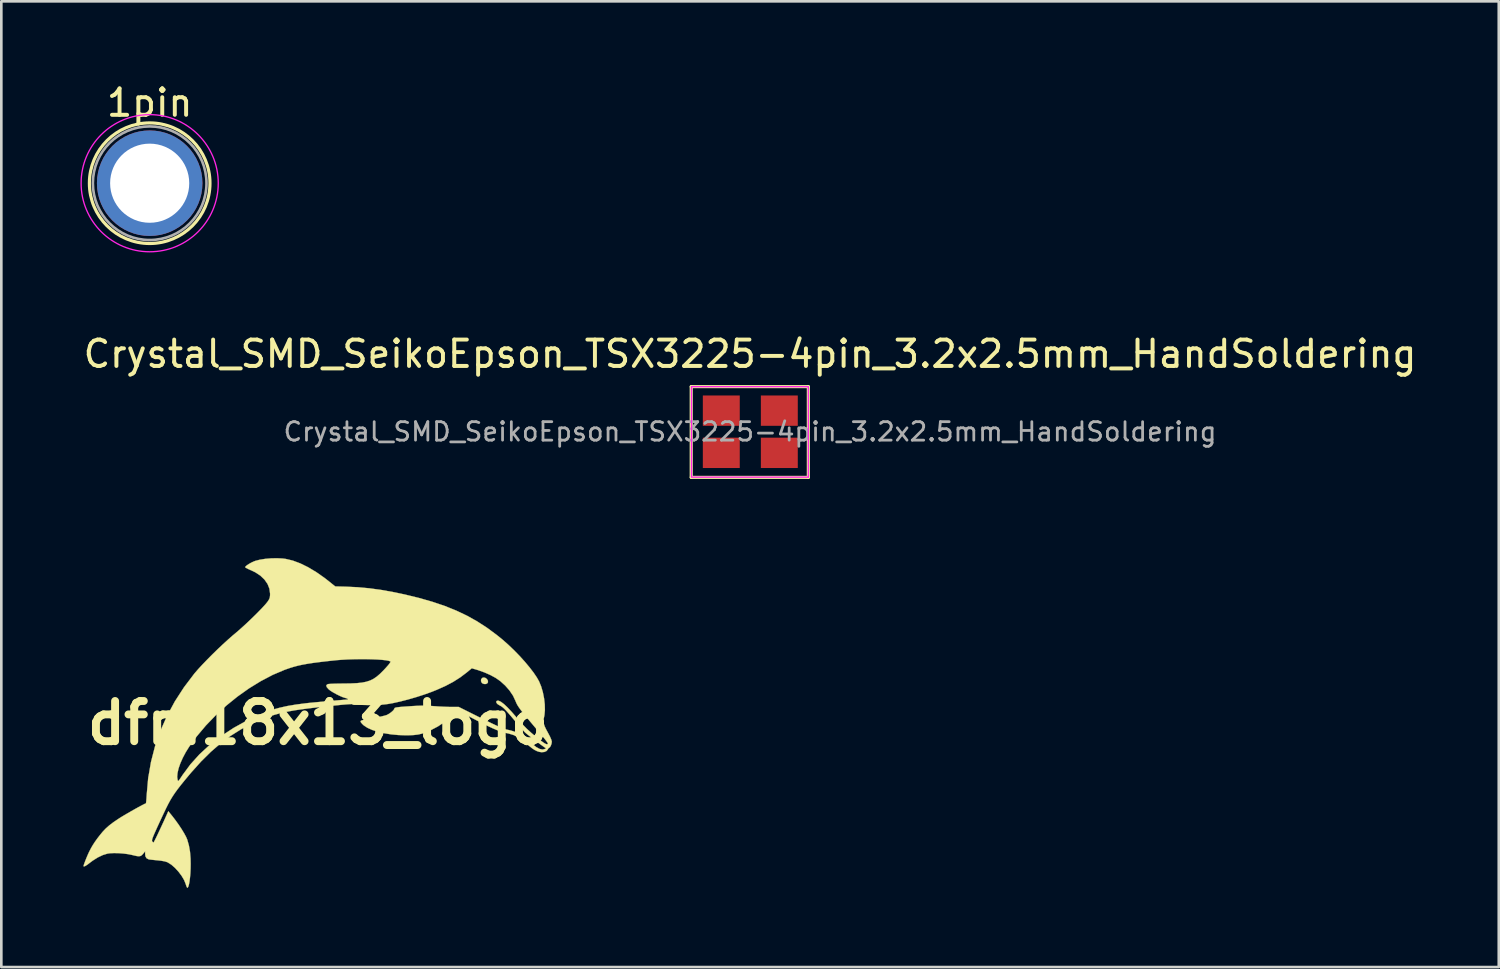
<source format=kicad_pcb>
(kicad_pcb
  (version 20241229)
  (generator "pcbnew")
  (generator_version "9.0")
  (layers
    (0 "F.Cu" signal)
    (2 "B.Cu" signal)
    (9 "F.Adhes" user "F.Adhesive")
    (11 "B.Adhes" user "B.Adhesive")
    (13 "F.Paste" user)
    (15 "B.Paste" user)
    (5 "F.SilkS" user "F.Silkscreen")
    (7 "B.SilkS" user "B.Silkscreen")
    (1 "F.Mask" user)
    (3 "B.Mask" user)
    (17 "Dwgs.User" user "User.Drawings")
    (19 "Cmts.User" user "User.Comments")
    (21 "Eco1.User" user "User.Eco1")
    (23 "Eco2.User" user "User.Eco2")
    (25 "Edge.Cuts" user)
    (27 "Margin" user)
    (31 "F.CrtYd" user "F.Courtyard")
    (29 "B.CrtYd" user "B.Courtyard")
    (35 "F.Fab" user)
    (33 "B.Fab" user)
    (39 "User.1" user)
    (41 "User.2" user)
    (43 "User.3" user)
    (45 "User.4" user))
  (footprint "1pin"
    (layer "F.Cu")
    (at 2.625 3.896)
    (property "Reference" "1pin" (at 0 -3.048 0) (layer "F.SilkS") (effects (font (size 1 1) (thickness 0.15))))
    (attr through_hole)
    (fp_circle (center 0 0) (end 0 -2.286) (stroke (width 0.12) (type solid)) (fill no) (layer "F.SilkS"))
    (fp_circle (center 0 0) (end 2.6 0) (stroke (width 0.05) (type solid)) (fill no) (layer "F.CrtYd"))
    (fp_circle (center 0 0) (end 2 0.8) (stroke (width 0.1) (type solid)) (fill no) (layer "F.Fab"))
    (pad "" thru_hole circle (at 0 0) (size 4 4) (drill 3) (layers "*.Cu" "*.Mask")))
  (footprint "Crystal_SMD_SeikoEpson_TSX3225-4pin_3.2x2.5mm_HandSoldering"
    (layer "F.Cu")
    (at 25.387 13.319)
    (property "Reference" "Crystal_SMD_SeikoEpson_TSX3225-4pin_3.2x2.5mm_HandSoldering" (at 0 -2.95 0) (layer "F.SilkS") (effects (font (size 1 1) (thickness 0.15))))
    (attr smd)
    (fp_line (start -2.23 -1.71) (end -2.23 1.73) (stroke (width 0.12) (type solid)) (layer "F.SilkS"))
    (fp_line (start -2.23 -1.71) (end 2.21 -1.71) (stroke (width 0.12) (type solid)) (layer "F.SilkS"))
    (fp_line (start -2.23 1.73) (end 2.21 1.73) (stroke (width 0.12) (type solid)) (layer "F.SilkS"))
    (fp_line (start 2.21 -1.71) (end 2.21 1.73) (stroke (width 0.12) (type solid)) (layer "F.SilkS"))
    (fp_line (start -2.22 -1.71) (end -2.22 1.72) (stroke (width 0.05) (type solid)) (layer "F.CrtYd"))
    (fp_line (start -2.2 1.72) (end 2.21 1.72) (stroke (width 0.05) (type solid)) (layer "F.CrtYd"))
    (fp_line (start 2.2 -1.71) (end -2.22 -1.71) (stroke (width 0.05) (type solid)) (layer "F.CrtYd"))
    (fp_line (start 2.21 1.72) (end 2.21 -1.7) (stroke (width 0.05) (type solid)) (layer "F.CrtYd"))
    (fp_text user "${REFERENCE}" (at 0 0 0) (layer "F.Fab") (effects (font (size 0.7 0.7) (thickness 0.105))))
    (pad "1" smd rect (at -1.09 0.8) (size 1.4 1.15) (layers "F.Cu" "F.Mask" "F.Paste"))
    (pad "2" smd rect (at 1.11 0.8) (size 1.4 1.15) (layers "F.Cu" "F.Mask" "F.Paste"))
    (pad "3" smd rect (at 1.11 -0.8) (size 1.4 1.15) (layers "F.Cu" "F.Mask" "F.Paste"))
    (pad "4" smd rect (at -1.09 -0.8) (size 1.4 1.15) (layers "F.Cu" "F.Mask" "F.Paste")))
  (footprint "dfm18x13_logo"
    (layer "F.Cu")
    (at 9.006 24.362)
    (property "Reference" "dfm18x13_logo" (at 0 0 0) (layer "F.SilkS") (effects (font (size 1.524 1.524) (thickness 0.3))))
    (attr through_hole)
    (fp_poly (pts (xy 6.355 -1.707) (xy 6.409 -1.662) (xy 6.443 -1.604) (xy 6.444 -1.544) (xy 6.427 -1.513) (xy 6.371 -1.479) (xy 6.297 -1.478) (xy 6.229 -1.507) (xy 6.212 -1.522) (xy 6.18 -1.588) (xy 6.185 -1.658) (xy 6.228 -1.711) (xy 6.228 -1.711) (xy 6.291 -1.726) (xy 6.355 -1.707)) (stroke (width 0.01) (type solid)) (fill yes) (layer "F.SilkS"))
    (fp_poly (pts (xy -1.335 -6.236) (xy -1.221 -6.221) (xy -0.956 -6.158) (xy -0.672 -6.052) (xy -0.374 -5.906) (xy -0.065 -5.721) (xy 0.25 -5.5) (xy 0.424 -5.364) (xy 0.653 -5.179) (xy 1.057 -5.169) (xy 1.505 -5.148) (xy 1.954 -5.107) (xy 2.414 -5.043) (xy 2.897 -4.956) (xy 3.289 -4.873) (xy 3.839 -4.739) (xy 4.344 -4.594) (xy 4.811 -4.436) (xy 5.245 -4.261) (xy 5.653 -4.067) (xy 6.039 -3.851) (xy 6.411 -3.61) (xy 6.773 -3.342) (xy 6.998 -3.16) (xy 7.215 -2.968) (xy 7.432 -2.761) (xy 7.642 -2.545) (xy 7.84 -2.326) (xy 8.019 -2.112) (xy 8.175 -1.909) (xy 8.3 -1.724) (xy 8.382 -1.578) (xy 8.461 -1.387) (xy 8.525 -1.17) (xy 8.571 -0.939) (xy 8.598 -0.708) (xy 8.603 -0.49) (xy 8.586 -0.299) (xy 8.575 -0.245) (xy 8.555 -0.143) (xy 8.55 -0.054) (xy 8.563 0.033) (xy 8.596 0.13) (xy 8.652 0.247) (xy 8.727 0.385) (xy 8.796 0.516) (xy 8.842 0.622) (xy 8.864 0.697) (xy 8.865 0.71) (xy 8.855 0.781) (xy 8.83 0.854) (xy 8.797 0.913) (xy 8.765 0.939) (xy 8.762 0.94) (xy 8.735 0.961) (xy 8.713 1.001) (xy 8.665 1.061) (xy 8.582 1.098) (xy 8.476 1.107) (xy 8.391 1.094) (xy 8.303 1.066) (xy 8.216 1.023) (xy 8.121 0.96) (xy 8.009 0.871) (xy 7.89 0.767) (xy 7.724 0.629) (xy 7.57 0.528) (xy 7.412 0.454) (xy 7.237 0.401) (xy 7.159 0.384) (xy 7.044 0.357) (xy 6.92 0.319) (xy 6.782 0.267) (xy 6.624 0.2) (xy 6.442 0.115) (xy 6.229 0.009) (xy 5.98 -0.119) (xy 5.838 -0.193) (xy 5.692 -0.27) (xy 5.56 -0.338) (xy 5.45 -0.394) (xy 5.367 -0.434) (xy 5.32 -0.455) (xy 5.311 -0.457) (xy 5.282 -0.441) (xy 5.225 -0.397) (xy 5.149 -0.332) (xy 5.077 -0.267) (xy 4.819 -0.051) (xy 4.549 0.128) (xy 4.279 0.27) (xy 4.107 0.346) (xy 3.95 0.401) (xy 3.794 0.437) (xy 3.623 0.457) (xy 3.424 0.465) (xy 3.34 0.466) (xy 3.05 0.456) (xy 2.77 0.43) (xy 2.506 0.387) (xy 2.265 0.331) (xy 2.052 0.261) (xy 1.874 0.181) (xy 1.736 0.091) (xy 1.675 0.033) (xy 1.628 -0.024) (xy 1.613 -0.058) (xy 1.624 -0.081) (xy 1.634 -0.089) (xy 1.672 -0.103) (xy 1.751 -0.123) (xy 1.861 -0.146) (xy 1.993 -0.171) (xy 2.087 -0.187) (xy 2.236 -0.214) (xy 2.376 -0.243) (xy 2.496 -0.271) (xy 2.584 -0.296) (xy 2.615 -0.307) (xy 2.697 -0.352) (xy 2.778 -0.41) (xy 2.846 -0.47) (xy 2.888 -0.523) (xy 2.896 -0.548) (xy 2.901 -0.564) (xy 2.922 -0.577) (xy 2.963 -0.589) (xy 3.031 -0.599) (xy 3.13 -0.61) (xy 3.267 -0.621) (xy 3.447 -0.633) (xy 3.527 -0.639) (xy 3.74 -0.651) (xy 3.918 -0.657) (xy 4.078 -0.657) (xy 4.236 -0.651) (xy 4.388 -0.64) (xy 4.553 -0.628) (xy 4.73 -0.619) (xy 4.899 -0.612) (xy 5.04 -0.609) (xy 5.048 -0.609) (xy 5.334 -0.61) (xy 6.166 -0.194) (xy 6.404 -0.076) (xy 6.602 0.02) (xy 6.765 0.097) (xy 6.895 0.156) (xy 6.999 0.2) (xy 7.081 0.23) (xy 7.144 0.248) (xy 7.163 0.251) (xy 7.31 0.284) (xy 7.442 0.325) (xy 7.568 0.381) (xy 7.695 0.455) (xy 7.833 0.553) (xy 7.991 0.68) (xy 8.125 0.796) (xy 8.273 0.911) (xy 8.4 0.981) (xy 8.507 1.006) (xy 8.58 0.992) (xy 8.649 0.96) (xy 8.586 0.918) (xy 8.524 0.875) (xy 8.434 0.81) (xy 8.327 0.73) (xy 8.212 0.643) (xy 8.098 0.556) (xy 7.995 0.476) (xy 7.913 0.411) (xy 7.861 0.368) (xy 7.858 0.365) (xy 7.817 0.323) (xy 7.75 0.249) (xy 7.664 0.15) (xy 7.566 0.036) (xy 7.462 -0.088) (xy 7.461 -0.089) (xy 7.326 -0.25) (xy 7.217 -0.376) (xy 7.13 -0.473) (xy 7.058 -0.546) (xy 6.998 -0.599) (xy 6.943 -0.638) (xy 6.889 -0.668) (xy 6.871 -0.677) (xy 6.803 -0.721) (xy 6.764 -0.771) (xy 6.759 -0.816) (xy 6.789 -0.845) (xy 6.852 -0.844) (xy 6.939 -0.802) (xy 7.051 -0.717) (xy 7.186 -0.59) (xy 7.346 -0.42) (xy 7.532 -0.206) (xy 7.577 -0.152) (xy 7.751 0.047) (xy 7.918 0.22) (xy 8.096 0.381) (xy 8.18 0.452) (xy 8.331 0.575) (xy 8.449 0.669) (xy 8.539 0.735) (xy 8.606 0.778) (xy 8.653 0.801) (xy 8.687 0.806) (xy 8.702 0.803) (xy 8.714 0.796) (xy 8.717 0.783) (xy 8.71 0.762) (xy 8.689 0.727) (xy 8.652 0.676) (xy 8.596 0.604) (xy 8.517 0.507) (xy 8.413 0.383) (xy 8.281 0.226) (xy 8.166 0.089) (xy 8.005 -0.103) (xy 7.873 -0.262) (xy 7.768 -0.392) (xy 7.685 -0.499) (xy 7.621 -0.587) (xy 7.572 -0.662) (xy 7.535 -0.728) (xy 7.507 -0.79) (xy 7.486 -0.842) (xy 7.394 -1.037) (xy 7.261 -1.234) (xy 7.097 -1.421) (xy 6.912 -1.588) (xy 6.736 -1.711) (xy 6.541 -1.817) (xy 6.318 -1.916) (xy 6.087 -1.999) (xy 6.021 -2.02) (xy 5.831 -2.075) (xy 5.636 -1.914) (xy 5.393 -1.73) (xy 5.127 -1.561) (xy 4.83 -1.404) (xy 4.493 -1.254) (xy 4.308 -1.18) (xy 4.029 -1.08) (xy 3.729 -0.983) (xy 3.422 -0.894) (xy 3.123 -0.817) (xy 2.845 -0.755) (xy 2.654 -0.721) (xy 2.486 -0.701) (xy 2.293 -0.687) (xy 2.089 -0.68) (xy 1.887 -0.68) (xy 1.703 -0.686) (xy 1.549 -0.7) (xy 1.501 -0.707) (xy 1.441 -0.715) (xy 1.373 -0.719) (xy 1.291 -0.719) (xy 1.186 -0.714) (xy 1.052 -0.704) (xy 0.881 -0.689) (xy 0.714 -0.672) (xy 0.317 -0.632) (xy -0.034 -0.593) (xy -0.345 -0.556) (xy -0.62 -0.52) (xy -0.864 -0.484) (xy -1.082 -0.446) (xy -1.28 -0.406) (xy -1.461 -0.363) (xy -1.632 -0.316) (xy -1.796 -0.265) (xy -1.959 -0.207) (xy -2.067 -0.167) (xy -2.499 0.019) (xy -2.91 0.234) (xy -3.305 0.482) (xy -3.687 0.767) (xy -4.062 1.092) (xy -4.433 1.459) (xy -4.805 1.874) (xy -4.887 1.971) (xy -5.059 2.178) (xy -5.202 2.355) (xy -5.323 2.51) (xy -5.425 2.651) (xy -5.515 2.786) (xy -5.598 2.923) (xy -5.678 3.071) (xy -5.761 3.237) (xy -5.853 3.429) (xy -5.901 3.531) (xy -6.007 3.76) (xy -6.093 3.947) (xy -6.161 4.098) (xy -6.213 4.216) (xy -6.251 4.306) (xy -6.275 4.372) (xy -6.289 4.42) (xy -6.293 4.453) (xy -6.29 4.476) (xy -6.283 4.491) (xy -6.251 4.524) (xy -6.235 4.53) (xy -6.219 4.506) (xy -6.186 4.443) (xy -6.137 4.345) (xy -6.077 4.221) (xy -6.008 4.074) (xy -5.933 3.913) (xy -5.854 3.743) (xy -5.776 3.57) (xy -5.719 3.443) (xy -5.675 3.343) (xy -5.532 3.519) (xy -5.405 3.684) (xy -5.282 3.855) (xy -5.17 4.024) (xy -5.075 4.181) (xy -5.001 4.318) (xy -4.955 4.425) (xy -4.955 4.427) (xy -4.893 4.648) (xy -4.852 4.882) (xy -4.831 5.142) (xy -4.827 5.339) (xy -4.83 5.529) (xy -4.839 5.711) (xy -4.854 5.876) (xy -4.873 6.019) (xy -4.895 6.133) (xy -4.92 6.211) (xy -4.947 6.247) (xy -4.953 6.248) (xy -4.971 6.226) (xy -4.995 6.168) (xy -5.016 6.102) (xy -5.076 5.954) (xy -5.169 5.796) (xy -5.287 5.639) (xy -5.419 5.494) (xy -5.557 5.373) (xy -5.691 5.288) (xy -5.712 5.277) (xy -5.81 5.246) (xy -5.949 5.221) (xy -6.093 5.205) (xy -6.21 5.194) (xy -6.313 5.183) (xy -6.389 5.174) (xy -6.418 5.169) (xy -6.498 5.129) (xy -6.543 5.055) (xy -6.553 4.971) (xy -6.553 4.865) (xy -6.631 4.96) (xy -6.679 5.011) (xy -6.726 5.041) (xy -6.785 5.052) (xy -6.866 5.045) (xy -6.979 5.02) (xy -7.051 5.002) (xy -7.2 4.972) (xy -7.373 4.949) (xy -7.555 4.935) (xy -7.731 4.931) (xy -7.885 4.938) (xy -7.982 4.952) (xy -8.158 5.006) (xy -8.348 5.096) (xy -8.538 5.216) (xy -8.644 5.295) (xy -8.745 5.372) (xy -8.823 5.421) (xy -8.872 5.439) (xy -8.89 5.424) (xy -8.88 5.385) (xy -8.855 5.312) (xy -8.819 5.216) (xy -8.776 5.108) (xy -8.731 5.002) (xy -8.689 4.909) (xy -8.668 4.866) (xy -8.601 4.737) (xy -8.536 4.625) (xy -8.463 4.513) (xy -8.374 4.388) (xy -8.289 4.277) (xy -8.171 4.131) (xy -8.052 4.005) (xy -7.921 3.888) (xy -7.766 3.769) (xy -7.578 3.641) (xy -7.49 3.584) (xy -7.378 3.516) (xy -7.249 3.44) (xy -7.112 3.361) (xy -6.973 3.282) (xy -6.841 3.208) (xy -6.722 3.144) (xy -6.625 3.093) (xy -6.557 3.059) (xy -6.525 3.048) (xy -6.519 3.024) (xy -6.511 2.959) (xy -6.503 2.862) (xy -6.495 2.741) (xy -6.493 2.711) (xy -6.438 2.089) (xy -6.43 2.046) (xy -5.339 2.046) (xy -5.321 2.163) (xy -5.318 2.171) (xy -5.309 2.191) (xy -5.299 2.198) (xy -5.282 2.185) (xy -5.253 2.148) (xy -5.206 2.08) (xy -5.137 1.976) (xy -5.132 1.968) (xy -4.835 1.567) (xy -4.493 1.188) (xy -4.106 0.831) (xy -3.674 0.497) (xy -3.197 0.185) (xy -2.677 -0.103) (xy -2.578 -0.152) (xy -2.287 -0.289) (xy -2.01 -0.404) (xy -1.736 -0.5) (xy -1.455 -0.579) (xy -1.157 -0.645) (xy -0.832 -0.7) (xy -0.47 -0.747) (xy -0.343 -0.761) (xy -0.25 -0.77) (xy -0.125 -0.782) (xy 0.024 -0.796) (xy 0.189 -0.811) (xy 0.361 -0.826) (xy 0.533 -0.841) (xy 0.696 -0.856) (xy 0.844 -0.868) (xy 0.967 -0.878) (xy 1.057 -0.886) (xy 1.107 -0.889) (xy 1.112 -0.889) (xy 1.139 -0.897) (xy 1.127 -0.915) (xy 1.086 -0.935) (xy 1.036 -0.95) (xy 0.947 -0.977) (xy 0.833 -1.026) (xy 0.706 -1.088) (xy 0.582 -1.156) (xy 0.476 -1.222) (xy 0.402 -1.28) (xy 0.399 -1.283) (xy 0.333 -1.36) (xy 0.314 -1.419) (xy 0.342 -1.459) (xy 0.381 -1.476) (xy 0.425 -1.481) (xy 0.511 -1.486) (xy 0.631 -1.491) (xy 0.774 -1.494) (xy 0.934 -1.496) (xy 0.965 -1.496) (xy 1.239 -1.5) (xy 1.47 -1.511) (xy 1.665 -1.531) (xy 1.831 -1.564) (xy 1.976 -1.611) (xy 2.107 -1.676) (xy 2.231 -1.761) (xy 2.356 -1.869) (xy 2.49 -2.003) (xy 2.567 -2.086) (xy 2.661 -2.192) (xy 2.72 -2.266) (xy 2.747 -2.313) (xy 2.745 -2.335) (xy 2.744 -2.336) (xy 2.68 -2.359) (xy 2.571 -2.379) (xy 2.425 -2.395) (xy 2.248 -2.408) (xy 2.047 -2.416) (xy 1.828 -2.421) (xy 1.598 -2.422) (xy 1.363 -2.418) (xy 1.131 -2.411) (xy 0.907 -2.398) (xy 0.698 -2.382) (xy 0.648 -2.376) (xy 0.327 -2.342) (xy 0.05 -2.309) (xy -0.188 -2.278) (xy -0.396 -2.246) (xy -0.579 -2.213) (xy -0.743 -2.178) (xy -0.896 -2.138) (xy -1.043 -2.094) (xy -1.192 -2.043) (xy -1.267 -2.016) (xy -1.715 -1.826) (xy -2.165 -1.59) (xy -2.613 -1.315) (xy -3.051 -1.004) (xy -3.474 -0.662) (xy -3.876 -0.294) (xy -4.251 0.095) (xy -4.592 0.5) (xy -4.884 0.899) (xy -5.016 1.111) (xy -5.128 1.323) (xy -5.219 1.529) (xy -5.286 1.722) (xy -5.326 1.897) (xy -5.339 2.046) (xy -6.43 2.046) (xy -6.332 1.479) (xy -6.179 0.883) (xy -5.976 0.301) (xy -5.725 -0.267) (xy -5.427 -0.819) (xy -5.08 -1.355) (xy -4.687 -1.874) (xy -4.667 -1.897) (xy -4.542 -2.042) (xy -4.385 -2.212) (xy -4.205 -2.399) (xy -4.01 -2.596) (xy -3.808 -2.793) (xy -3.606 -2.984) (xy -3.412 -3.161) (xy -3.235 -3.317) (xy -3.162 -3.377) (xy -3.02 -3.498) (xy -2.865 -3.636) (xy -2.702 -3.785) (xy -2.539 -3.94) (xy -2.381 -4.094) (xy -2.234 -4.242) (xy -2.105 -4.376) (xy -1.999 -4.492) (xy -1.924 -4.583) (xy -1.904 -4.61) (xy -1.854 -4.688) (xy -1.828 -4.754) (xy -1.818 -4.831) (xy -1.816 -4.903) (xy -1.841 -5.092) (xy -1.913 -5.273) (xy -2.029 -5.439) (xy -2.185 -5.588) (xy -2.379 -5.715) (xy -2.516 -5.781) (xy -2.616 -5.825) (xy -2.697 -5.865) (xy -2.748 -5.894) (xy -2.76 -5.906) (xy -2.746 -5.936) (xy -2.695 -5.979) (xy -2.619 -6.03) (xy -2.528 -6.081) (xy -2.433 -6.125) (xy -2.379 -6.146) (xy -2.206 -6.191) (xy -2 -6.224) (xy -1.776 -6.243) (xy -1.549 -6.247) (xy -1.335 -6.236)) (stroke (width 0.01) (type solid)) (fill yes) (layer "F.SilkS")))
  (gr_rect
    (start -3 -3)
    (end 53.774 33.615)
    (stroke (width 0.1) (type default))
    (fill no)
    (layer "Edge.Cuts")))
</source>
